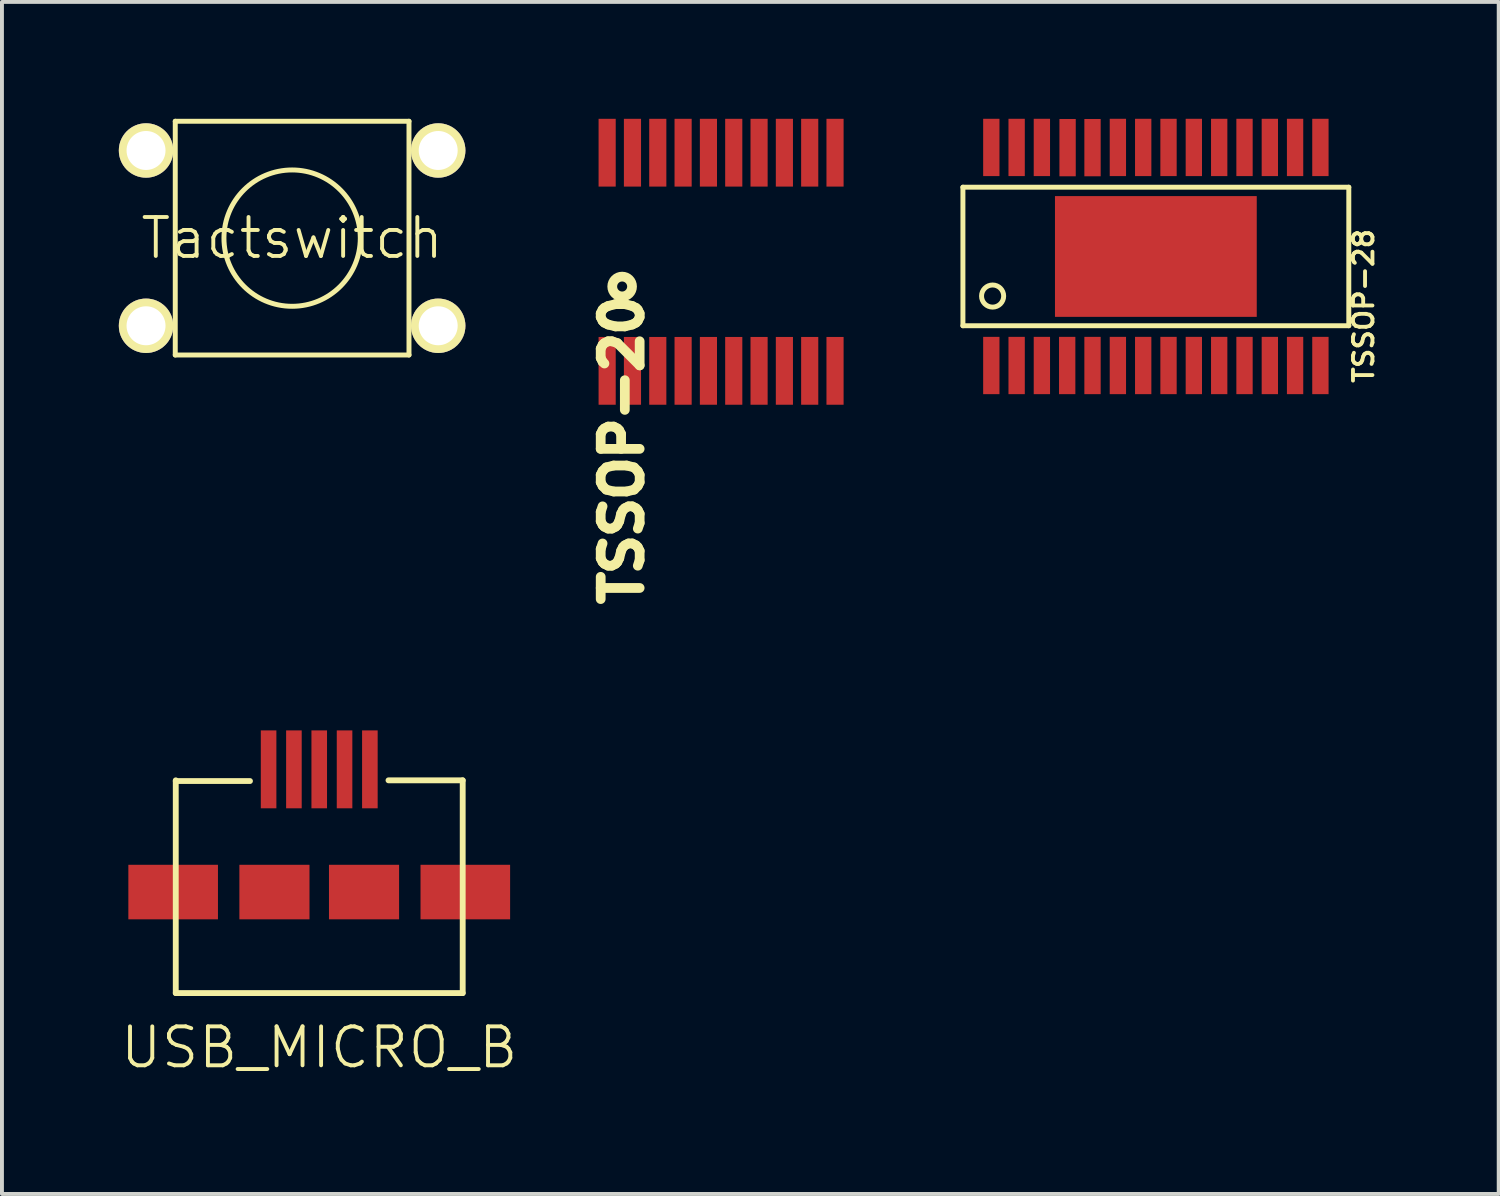
<source format=kicad_pcb>
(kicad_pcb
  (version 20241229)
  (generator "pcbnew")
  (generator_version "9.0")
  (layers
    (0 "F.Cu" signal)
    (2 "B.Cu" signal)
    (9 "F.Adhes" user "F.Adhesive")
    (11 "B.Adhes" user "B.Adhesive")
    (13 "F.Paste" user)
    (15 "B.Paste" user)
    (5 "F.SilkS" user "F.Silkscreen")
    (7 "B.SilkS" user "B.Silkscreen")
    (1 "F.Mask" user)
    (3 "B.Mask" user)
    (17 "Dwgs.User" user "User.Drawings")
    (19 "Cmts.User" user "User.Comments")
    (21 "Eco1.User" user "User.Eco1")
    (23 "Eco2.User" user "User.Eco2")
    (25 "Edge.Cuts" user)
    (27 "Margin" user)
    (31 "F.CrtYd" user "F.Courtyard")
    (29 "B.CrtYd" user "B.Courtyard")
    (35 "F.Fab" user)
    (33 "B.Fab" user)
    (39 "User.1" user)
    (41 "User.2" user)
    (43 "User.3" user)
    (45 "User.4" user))
  (footprint "TSSOP-28"
    (layer "F.Cu")
    (at 26.622 3.534)
    (property "Reference" "TSSOP-28" (at 5.334 1.27 90) (layer "F.SilkS") (effects (font (size 0.5 0.5) (thickness 0.099))))
    (attr smd)
    (fp_line (start -4.953 -1.778) (end -4.953 1.778) (stroke (width 0.127) (type solid)) (layer "F.SilkS"))
    (fp_line (start -4.953 1.778) (end 4.953 1.778) (stroke (width 0.127) (type solid)) (layer "F.SilkS"))
    (fp_line (start 4.953 -1.778) (end -4.953 -1.778) (stroke (width 0.127) (type solid)) (layer "F.SilkS"))
    (fp_line (start 4.953 -1.778) (end 4.953 1.778) (stroke (width 0.127) (type solid)) (layer "F.SilkS"))
    (fp_circle (center -4.191 1.016) (end -4.318 1.27) (stroke (width 0.127) (type solid)) (fill no) (layer "F.SilkS"))
    (pad "1" smd rect (at -4.224 2.799) (size 0.419 1.471) (layers "F.Cu" "F.Mask" "F.Paste"))
    (pad "2" smd rect (at -3.574 2.799) (size 0.419 1.471) (layers "F.Cu" "F.Mask" "F.Paste"))
    (pad "3" smd rect (at -2.926 2.799) (size 0.419 1.471) (layers "F.Cu" "F.Mask" "F.Paste"))
    (pad "4" smd rect (at -2.276 2.799) (size 0.419 1.471) (layers "F.Cu" "F.Mask" "F.Paste"))
    (pad "5" smd rect (at -1.626 2.799) (size 0.419 1.471) (layers "F.Cu" "F.Mask" "F.Paste"))
    (pad "6" smd rect (at -0.975 2.799) (size 0.419 1.471) (layers "F.Cu" "F.Mask" "F.Paste"))
    (pad "7" smd rect (at -0.325 2.799) (size 0.419 1.471) (layers "F.Cu" "F.Mask" "F.Paste"))
    (pad "8" smd rect (at 0.325 2.799) (size 0.419 1.471) (layers "F.Cu" "F.Mask" "F.Paste"))
    (pad "9" smd rect (at 0.975 2.799) (size 0.419 1.471) (layers "F.Cu" "F.Mask" "F.Paste"))
    (pad "10" smd rect (at 1.626 2.799) (size 0.419 1.471) (layers "F.Cu" "F.Mask" "F.Paste"))
    (pad "11" smd rect (at 2.276 2.799) (size 0.419 1.471) (layers "F.Cu" "F.Mask" "F.Paste"))
    (pad "12" smd rect (at 2.926 2.799) (size 0.419 1.471) (layers "F.Cu" "F.Mask" "F.Paste"))
    (pad "13" smd rect (at 3.574 2.799) (size 0.419 1.471) (layers "F.Cu" "F.Mask" "F.Paste"))
    (pad "14" smd rect (at 4.224 2.799) (size 0.419 1.471) (layers "F.Cu" "F.Mask" "F.Paste"))
    (pad "15" smd rect (at 4.224 -2.799) (size 0.419 1.471) (layers "F.Cu" "F.Mask" "F.Paste"))
    (pad "16" smd rect (at 3.574 -2.799) (size 0.419 1.471) (layers "F.Cu" "F.Mask" "F.Paste"))
    (pad "17" smd rect (at 2.926 -2.799) (size 0.419 1.471) (layers "F.Cu" "F.Mask" "F.Paste"))
    (pad "18" smd rect (at 2.276 -2.799) (size 0.419 1.471) (layers "F.Cu" "F.Mask" "F.Paste"))
    (pad "19" smd rect (at 1.626 -2.799) (size 0.419 1.471) (layers "F.Cu" "F.Mask" "F.Paste"))
    (pad "20" smd rect (at 0.975 -2.799) (size 0.419 1.471) (layers "F.Cu" "F.Mask" "F.Paste"))
    (pad "21" smd rect (at 0.325 -2.799) (size 0.419 1.471) (layers "F.Cu" "F.Mask" "F.Paste"))
    (pad "22" smd rect (at -0.325 -2.799) (size 0.419 1.471) (layers "F.Cu" "F.Mask" "F.Paste"))
    (pad "23" smd rect (at -0.975 -2.799) (size 0.419 1.471) (layers "F.Cu" "F.Mask" "F.Paste"))
    (pad "24" smd rect (at -1.626 -2.794) (size 0.419 1.471) (layers "F.Cu" "F.Mask" "F.Paste"))
    (pad "25" smd rect (at -2.266 -2.794) (size 0.419 1.471) (layers "F.Cu" "F.Mask" "F.Paste"))
    (pad "26" smd rect (at -2.926 -2.799) (size 0.419 1.471) (layers "F.Cu" "F.Mask" "F.Paste"))
    (pad "27" smd rect (at -3.574 -2.799) (size 0.419 1.471) (layers "F.Cu" "F.Mask" "F.Paste"))
    (pad "28" smd rect (at -4.224 -2.799) (size 0.419 1.471) (layers "F.Cu" "F.Mask" "F.Paste"))
    (pad "28" smd rect (at 0 0) (size 5.18 3.1) (layers "F.Cu" "F.Mask" "F.Paste")))
  (footprint "TSSOP-20"
    (layer "F.Cu")
    (at 15.461 3.67)
    (property "Reference" "TSSOP-20" (at -2.54 4.826 270) (layer "F.SilkS") (effects (font (size 1 1) (thickness 0.25))))
    (attr smd)
    (fp_circle (center -2.54 0.635) (end -2.286 0.635) (stroke (width 0.25) (type solid)) (fill no) (layer "F.SilkS"))
    (pad "1" smd rect (at -2.925 2.8) (size 0.44 1.74) (layers "F.Cu" "F.Mask" "F.Paste"))
    (pad "2" smd rect (at -2.275 2.8) (size 0.44 1.74) (layers "F.Cu" "F.Mask" "F.Paste"))
    (pad "3" smd rect (at -1.625 2.8) (size 0.44 1.74) (layers "F.Cu" "F.Mask" "F.Paste"))
    (pad "4" smd rect (at -0.975 2.8) (size 0.44 1.74) (layers "F.Cu" "F.Mask" "F.Paste"))
    (pad "5" smd rect (at -0.325 2.8) (size 0.44 1.74) (layers "F.Cu" "F.Mask" "F.Paste"))
    (pad "6" smd rect (at 0.325 2.8) (size 0.44 1.74) (layers "F.Cu" "F.Mask" "F.Paste"))
    (pad "7" smd rect (at 0.975 2.8) (size 0.44 1.74) (layers "F.Cu" "F.Mask" "F.Paste"))
    (pad "8" smd rect (at 1.625 2.8) (size 0.44 1.74) (layers "F.Cu" "F.Mask" "F.Paste"))
    (pad "9" smd rect (at 2.275 2.8) (size 0.44 1.74) (layers "F.Cu" "F.Mask" "F.Paste"))
    (pad "10" smd rect (at 2.925 2.8) (size 0.44 1.74) (layers "F.Cu" "F.Mask" "F.Paste"))
    (pad "11" smd rect (at 2.925 -2.8) (size 0.44 1.74) (layers "F.Cu" "F.Mask" "F.Paste"))
    (pad "12" smd rect (at 2.275 -2.8) (size 0.44 1.74) (layers "F.Cu" "F.Mask" "F.Paste"))
    (pad "13" smd rect (at 1.625 -2.8) (size 0.44 1.74) (layers "F.Cu" "F.Mask" "F.Paste"))
    (pad "14" smd rect (at 0.975 -2.8) (size 0.44 1.74) (layers "F.Cu" "F.Mask" "F.Paste"))
    (pad "15" smd rect (at 0.325 -2.8) (size 0.44 1.74) (layers "F.Cu" "F.Mask" "F.Paste"))
    (pad "16" smd rect (at -0.325 -2.8) (size 0.44 1.74) (layers "F.Cu" "F.Mask" "F.Paste"))
    (pad "17" smd rect (at -0.975 -2.8) (size 0.44 1.74) (layers "F.Cu" "F.Mask" "F.Paste"))
    (pad "18" smd rect (at -1.625 -2.8) (size 0.44 1.74) (layers "F.Cu" "F.Mask" "F.Paste"))
    (pad "19" smd rect (at -2.275 -2.8) (size 0.44 1.74) (layers "F.Cu" "F.Mask" "F.Paste"))
    (pad "20" smd rect (at -2.925 -2.8) (size 0.44 1.74) (layers "F.Cu" "F.Mask" "F.Paste")))
  (footprint "Tactswitch"
    (layer "F.Cu")
    (at 4.449 3.063)
    (property "Reference" "Tactswitch" (at 0 0 180) (layer "F.SilkS") (effects (font (size 1 1) (thickness 0.1))))
    (attr through_hole)
    (fp_line (start -3 -3) (end -3 3) (stroke (width 0.127) (type solid)) (layer "F.SilkS"))
    (fp_line (start -3 -3) (end 3 -3) (stroke (width 0.127) (type solid)) (layer "F.SilkS"))
    (fp_line (start 3 -3) (end 3 3) (stroke (width 0.127) (type solid)) (layer "F.SilkS"))
    (fp_line (start 3 3) (end -3 3) (stroke (width 0.127) (type solid)) (layer "F.SilkS"))
    (fp_circle (center 0 0) (end 0 -1.75) (stroke (width 0.127) (type solid)) (fill no) (layer "F.SilkS"))
    (pad "1" thru_hole circle (at -3.75 -2.25) (size 1.397 1.397) (drill 1) (layers "*.Cu" "*.Mask" "F.SilkS"))
    (pad "1" thru_hole circle (at 3.75 -2.25) (size 1.397 1.397) (drill 1) (layers "*.Cu" "*.Mask" "F.SilkS"))
    (pad "2" thru_hole circle (at -3.75 2.25) (size 1.397 1.397) (drill 1) (layers "*.Cu" "*.Mask" "F.SilkS"))
    (pad "2" thru_hole circle (at 3.75 2.25) (size 1.397 1.397) (drill 1) (layers "*.Cu" "*.Mask" "F.SilkS")))
  (footprint "USB_MICRO_B"
    (layer "F.Cu")
    (at 5.145 21.3)
    (property "Reference" "USB_MICRO_B" (at 0 2.54 0) (layer "F.SilkS") (effects (font (size 1 1) (thickness 0.1))))
    (attr through_hole)
    (fp_line (start -3.683 1.143) (end -3.683 -4.318) (stroke (width 0.15) (type solid)) (layer "F.SilkS"))
    (fp_line (start -1.778 -4.3) (end -3.683 -4.3) (stroke (width 0.15) (type solid)) (layer "F.SilkS"))
    (fp_line (start 1.778 -4.318) (end 3.683 -4.318) (stroke (width 0.15) (type solid)) (layer "F.SilkS"))
    (fp_line (start 3.683 -4.318) (end 3.683 1.143) (stroke (width 0.15) (type solid)) (layer "F.SilkS"))
    (fp_line (start 3.683 1.143) (end -3.683 1.143) (stroke (width 0.15) (type solid)) (layer "F.SilkS"))
    (pad "1" smd rect (at 1.3 -4.6) (size 0.4 2) (layers "F.Cu" "F.Mask" "F.Paste"))
    (pad "2" smd rect (at 0.65 -4.6) (size 0.4 2) (layers "F.Cu" "F.Mask" "F.Paste"))
    (pad "3" smd rect (at 0 -4.6) (size 0.4 2) (layers "F.Cu" "F.Mask" "F.Paste"))
    (pad "4" smd rect (at -0.65 -4.6) (size 0.4 2) (layers "F.Cu" "F.Mask" "F.Paste"))
    (pad "5" smd rect (at -1.3 -4.6) (size 0.4 2) (layers "F.Cu" "F.Mask" "F.Paste"))
    (pad "6" smd rect (at -3.75 -1.45) (size 2.3 1.4) (layers "F.Cu" "F.Mask" "F.Paste"))
    (pad "7" smd rect (at -1.15 -1.45) (size 1.8 1.4) (layers "F.Cu" "F.Mask" "F.Paste"))
    (pad "8" smd rect (at 1.15 -1.45) (size 1.8 1.4) (layers "F.Cu" "F.Mask" "F.Paste"))
    (pad "9" smd rect (at 3.75 -1.45) (size 2.3 1.4) (layers "F.Cu" "F.Mask" "F.Paste")))
  (gr_rect
    (start -3 -3)
    (end 35.423 27.6)
    (stroke (width 0.1) (type default))
    (fill no)
    (layer "Edge.Cuts")))
</source>
